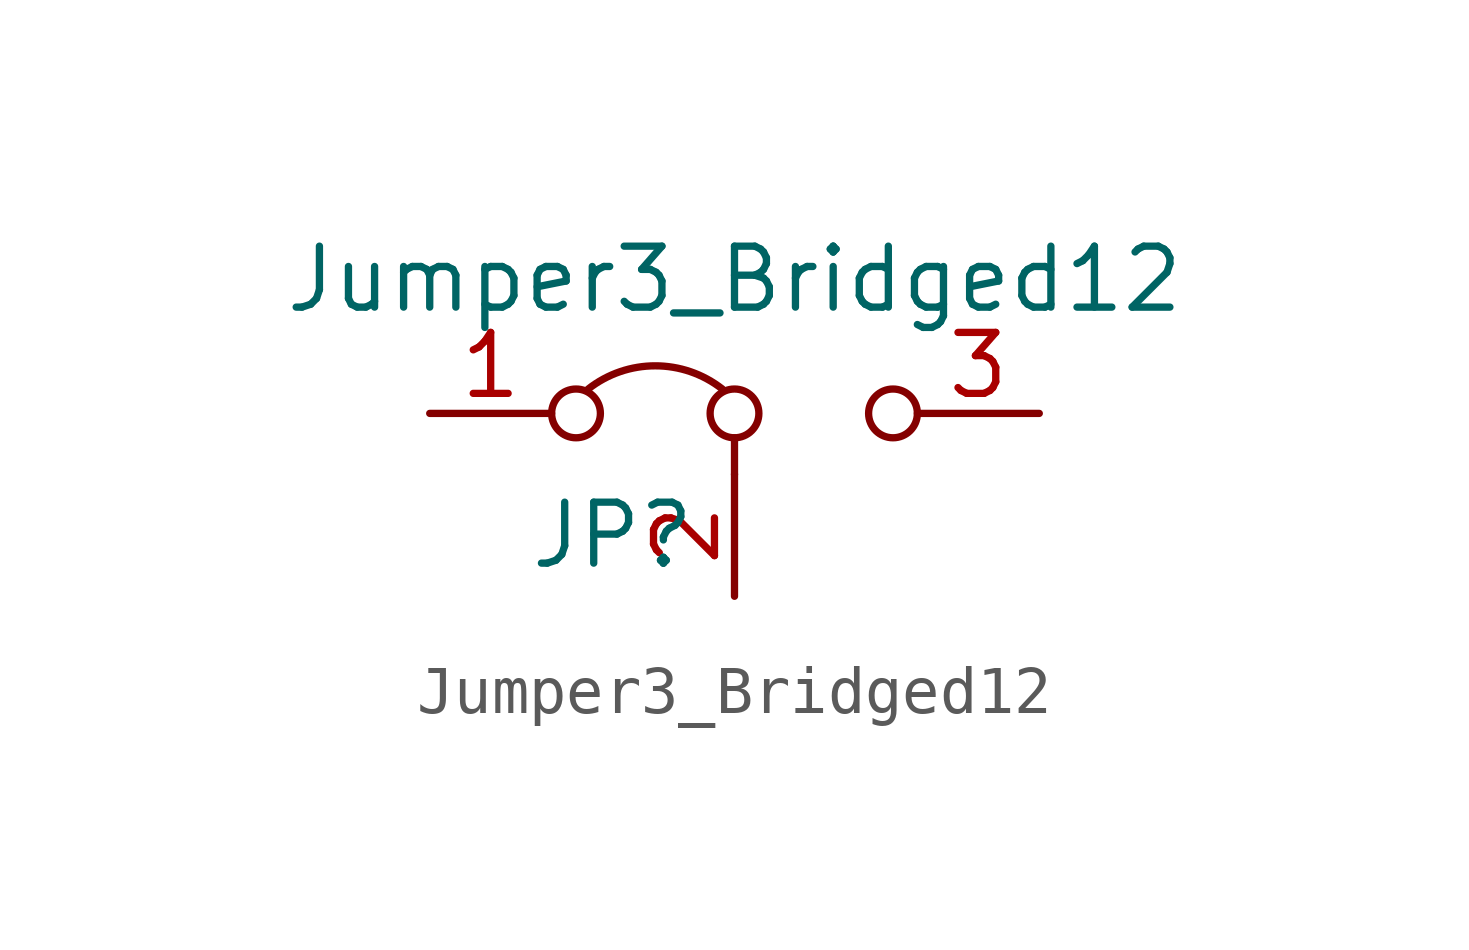
<source format=kicad_sym>
(kicad_symbol_lib
  (version 20241209)
  (generator "kicad_symbol_editor")
  (generator_version "9.0")
  (symbol "Jumper3_Bridged12"
    (pin_names
      (offset 0)
      (hide yes))
    (property "Reference" "JP"
      (at -2.54 -2.54 0)
      (effects (font (size 1.27 1.27))))
    (property "Value" "Jumper3_Bridged12"
      (at 0 2.794 0)
      (effects (font (size 1.27 1.27))))
    (symbol "Jumper3_Bridged12_0_0"
      (circle (center -3.302 0) (radius 0.508) (stroke (width 0) (type solid)) (fill (type none)))
      (circle (center 0 0) (radius 0.508) (stroke (width 0) (type solid)) (fill (type none)))
      (circle (center 3.302 0) (radius 0.508) (stroke (width 0) (type solid)) (fill (type none))))
    (symbol "Jumper3_Bridged12_0_1"
      (arc (start -3.048 0.508) (mid -1.651 0.9912) (end -0.254 0.508) (stroke (width 0) (type solid)) (fill (type none)))
      (polyline (pts (xy 0 -1.27) (xy 0 -0.508)) (stroke (width 0) (type solid)) (fill (type none))))
    (symbol "Jumper3_Bridged12_1_1"
      (pin passive line (at -6.35 0 0) (length 2.54) (name "A" (effects (font (size 1.27 1.27)))) (number "1" (effects (font (size 1.27 1.27)))))
      (pin input line (at 0 -3.81 90) (length 2.54) (name "C" (effects (font (size 1.27 1.27)))) (number "2" (effects (font (size 1.27 1.27)))))
      (pin passive line (at 6.35 0 180) (length 2.54) (name "B" (effects (font (size 1.27 1.27)))) (number "3" (effects (font (size 1.27 1.27))))))))
</source>
